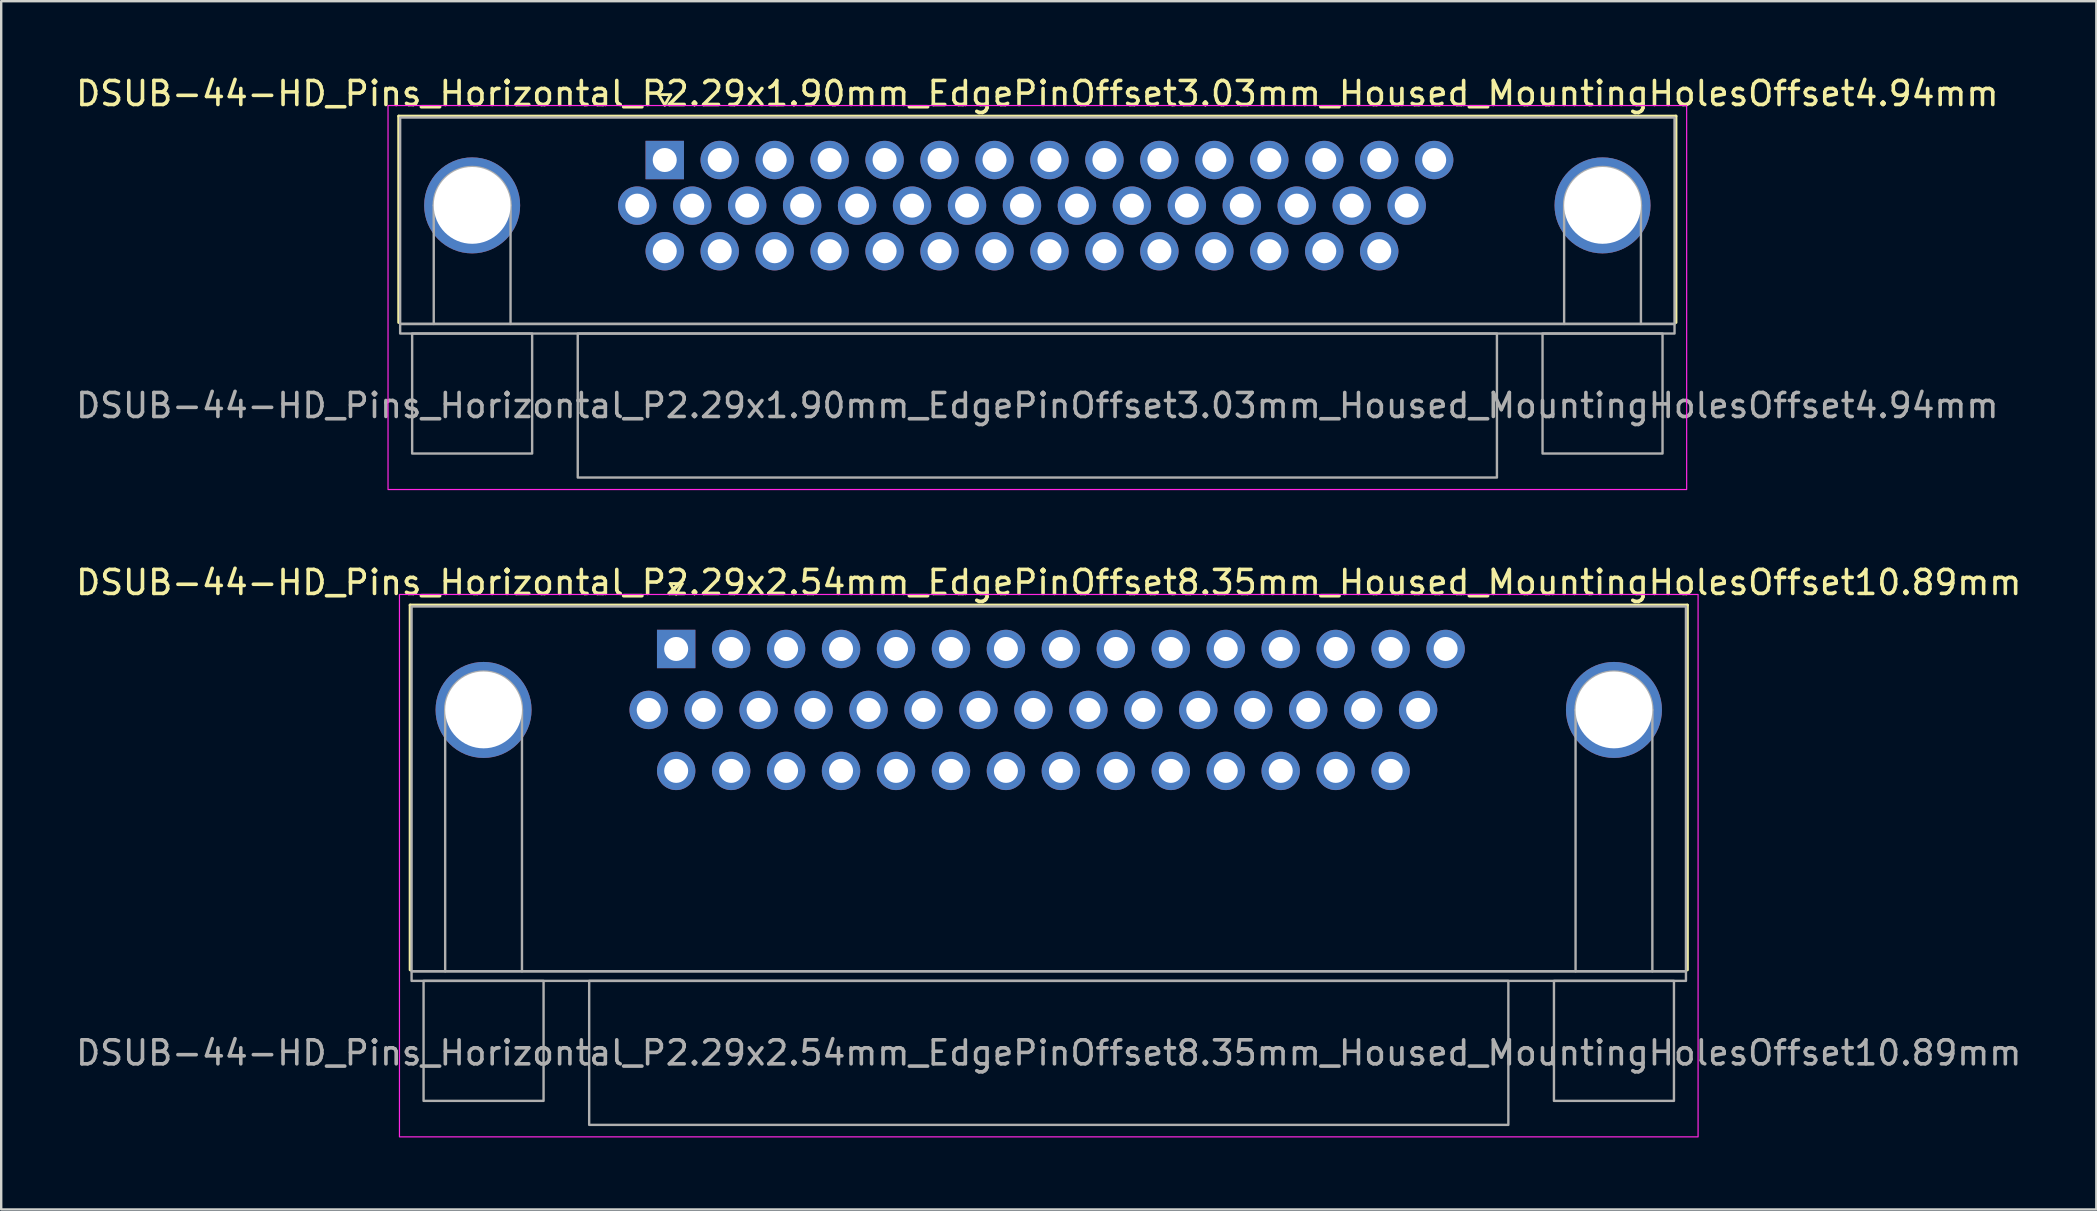
<source format=kicad_pcb>
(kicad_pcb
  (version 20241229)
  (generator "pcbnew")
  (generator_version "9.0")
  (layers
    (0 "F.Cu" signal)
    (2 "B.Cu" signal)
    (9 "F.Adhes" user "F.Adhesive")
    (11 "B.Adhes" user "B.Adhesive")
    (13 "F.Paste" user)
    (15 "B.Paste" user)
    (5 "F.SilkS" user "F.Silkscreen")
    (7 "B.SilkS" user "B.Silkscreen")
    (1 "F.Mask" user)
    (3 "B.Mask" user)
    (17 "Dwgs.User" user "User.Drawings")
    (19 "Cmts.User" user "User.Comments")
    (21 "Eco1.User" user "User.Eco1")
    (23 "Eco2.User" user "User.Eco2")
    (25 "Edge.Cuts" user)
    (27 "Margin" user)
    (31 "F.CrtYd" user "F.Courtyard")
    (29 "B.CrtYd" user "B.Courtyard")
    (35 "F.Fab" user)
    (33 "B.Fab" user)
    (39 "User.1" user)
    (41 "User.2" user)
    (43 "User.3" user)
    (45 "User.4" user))
  (footprint "DSUB-44-HD_Pins_Horizontal_P2.29x1.90mm_EdgePinOffset3.03mm_Housed_MountingHolesOffset4.94mm"
    (layer "F.Cu")
    (at 24.648 3.618)
    (property "Reference" "DSUB-44-HD_Pins_Horizontal_P2.29x1.90mm_EdgePinOffset3.03mm_Housed_MountingHolesOffset4.94mm" (at 15.525 -2.77 0) (layer "F.SilkS") (effects (font (size 1 1) (thickness 0.15))))
    (attr through_hole)
    (fp_line (start -11.085 -1.83) (end 42.135 -1.83) (stroke (width 0.12) (type solid)) (layer "F.SilkS"))
    (fp_line (start -11.085 6.77) (end -11.085 -1.83) (stroke (width 0.12) (type solid)) (layer "F.SilkS"))
    (fp_line (start -0.25 -2.724) (end 0.25 -2.724) (stroke (width 0.12) (type solid)) (layer "F.SilkS"))
    (fp_line (start 0 -2.291) (end -0.25 -2.724) (stroke (width 0.12) (type solid)) (layer "F.SilkS"))
    (fp_line (start 0.25 -2.724) (end 0 -2.291) (stroke (width 0.12) (type solid)) (layer "F.SilkS"))
    (fp_line (start 42.135 -1.83) (end 42.135 6.77) (stroke (width 0.12) (type solid)) (layer "F.SilkS"))
    (fp_rect (start -11.53 -2.27) (end 42.58 13.73) (stroke (width 0.05) (type solid)) (fill no) (layer "F.CrtYd"))
    (fp_line (start -9.625 6.83) (end -9.625 1.89) (stroke (width 0.1) (type solid)) (layer "F.Fab"))
    (fp_line (start -6.425 6.83) (end -6.425 1.89) (stroke (width 0.1) (type solid)) (layer "F.Fab"))
    (fp_line (start 37.475 6.83) (end 37.475 1.89) (stroke (width 0.1) (type solid)) (layer "F.Fab"))
    (fp_line (start 40.675 6.83) (end 40.675 1.89) (stroke (width 0.1) (type solid)) (layer "F.Fab"))
    (fp_rect (start -11.025 -1.77) (end 42.075 6.83) (stroke (width 0.1) (type solid)) (fill no) (layer "F.Fab"))
    (fp_rect (start -11.025 6.83) (end 42.075 7.23) (stroke (width 0.1) (type solid)) (fill no) (layer "F.Fab"))
    (fp_rect (start -10.525 7.23) (end -5.525 12.23) (stroke (width 0.1) (type solid)) (fill no) (layer "F.Fab"))
    (fp_rect (start -3.625 7.23) (end 34.675 13.23) (stroke (width 0.1) (type solid)) (fill no) (layer "F.Fab"))
    (fp_rect (start 36.575 7.23) (end 41.575 12.23) (stroke (width 0.1) (type solid)) (fill no) (layer "F.Fab"))
    (fp_arc (start -9.625 1.89) (mid -8.025 0.29) (end -6.425 1.89) (stroke (width 0.1) (type solid)) (layer "F.Fab"))
    (fp_arc (start 37.475 1.89) (mid 39.075 0.29) (end 40.675 1.89) (stroke (width 0.1) (type solid)) (layer "F.Fab"))
    (fp_text user "${REFERENCE}" (at 15.525 10.23 0) (layer "F.Fab") (effects (font (size 1 1) (thickness 0.15))))
    (pad "1" thru_hole rect (at 0 0) (size 1.6 1.6) (drill 1) (layers "*.Cu" "*.Mask"))
    (pad "2" thru_hole circle (at 2.29 0) (size 1.6 1.6) (drill 1) (layers "*.Cu" "*.Mask"))
    (pad "3" thru_hole circle (at 4.58 0) (size 1.6 1.6) (drill 1) (layers "*.Cu" "*.Mask"))
    (pad "4" thru_hole circle (at 6.87 0) (size 1.6 1.6) (drill 1) (layers "*.Cu" "*.Mask"))
    (pad "5" thru_hole circle (at 9.16 0) (size 1.6 1.6) (drill 1) (layers "*.Cu" "*.Mask"))
    (pad "6" thru_hole circle (at 11.45 0) (size 1.6 1.6) (drill 1) (layers "*.Cu" "*.Mask"))
    (pad "7" thru_hole circle (at 13.74 0) (size 1.6 1.6) (drill 1) (layers "*.Cu" "*.Mask"))
    (pad "8" thru_hole circle (at 16.03 0) (size 1.6 1.6) (drill 1) (layers "*.Cu" "*.Mask"))
    (pad "9" thru_hole circle (at 18.32 0) (size 1.6 1.6) (drill 1) (layers "*.Cu" "*.Mask"))
    (pad "10" thru_hole circle (at 20.61 0) (size 1.6 1.6) (drill 1) (layers "*.Cu" "*.Mask"))
    (pad "11" thru_hole circle (at 22.9 0) (size 1.6 1.6) (drill 1) (layers "*.Cu" "*.Mask"))
    (pad "12" thru_hole circle (at 25.19 0) (size 1.6 1.6) (drill 1) (layers "*.Cu" "*.Mask"))
    (pad "13" thru_hole circle (at 27.48 0) (size 1.6 1.6) (drill 1) (layers "*.Cu" "*.Mask"))
    (pad "14" thru_hole circle (at 29.77 0) (size 1.6 1.6) (drill 1) (layers "*.Cu" "*.Mask"))
    (pad "15" thru_hole circle (at 32.06 0) (size 1.6 1.6) (drill 1) (layers "*.Cu" "*.Mask"))
    (pad "16" thru_hole circle (at -1.145 1.9) (size 1.6 1.6) (drill 1) (layers "*.Cu" "*.Mask"))
    (pad "17" thru_hole circle (at 1.145 1.9) (size 1.6 1.6) (drill 1) (layers "*.Cu" "*.Mask"))
    (pad "18" thru_hole circle (at 3.435 1.9) (size 1.6 1.6) (drill 1) (layers "*.Cu" "*.Mask"))
    (pad "19" thru_hole circle (at 5.725 1.9) (size 1.6 1.6) (drill 1) (layers "*.Cu" "*.Mask"))
    (pad "20" thru_hole circle (at 8.015 1.9) (size 1.6 1.6) (drill 1) (layers "*.Cu" "*.Mask"))
    (pad "21" thru_hole circle (at 10.305 1.9) (size 1.6 1.6) (drill 1) (layers "*.Cu" "*.Mask"))
    (pad "22" thru_hole circle (at 12.595 1.9) (size 1.6 1.6) (drill 1) (layers "*.Cu" "*.Mask"))
    (pad "23" thru_hole circle (at 14.885 1.9) (size 1.6 1.6) (drill 1) (layers "*.Cu" "*.Mask"))
    (pad "24" thru_hole circle (at 17.175 1.9) (size 1.6 1.6) (drill 1) (layers "*.Cu" "*.Mask"))
    (pad "25" thru_hole circle (at 19.465 1.9) (size 1.6 1.6) (drill 1) (layers "*.Cu" "*.Mask"))
    (pad "26" thru_hole circle (at 21.755 1.9) (size 1.6 1.6) (drill 1) (layers "*.Cu" "*.Mask"))
    (pad "27" thru_hole circle (at 24.045 1.9) (size 1.6 1.6) (drill 1) (layers "*.Cu" "*.Mask"))
    (pad "28" thru_hole circle (at 26.335 1.9) (size 1.6 1.6) (drill 1) (layers "*.Cu" "*.Mask"))
    (pad "29" thru_hole circle (at 28.625 1.9) (size 1.6 1.6) (drill 1) (layers "*.Cu" "*.Mask"))
    (pad "30" thru_hole circle (at 30.915 1.9) (size 1.6 1.6) (drill 1) (layers "*.Cu" "*.Mask"))
    (pad "31" thru_hole circle (at 0 3.8) (size 1.6 1.6) (drill 1) (layers "*.Cu" "*.Mask"))
    (pad "32" thru_hole circle (at 2.29 3.8) (size 1.6 1.6) (drill 1) (layers "*.Cu" "*.Mask"))
    (pad "33" thru_hole circle (at 4.58 3.8) (size 1.6 1.6) (drill 1) (layers "*.Cu" "*.Mask"))
    (pad "34" thru_hole circle (at 6.87 3.8) (size 1.6 1.6) (drill 1) (layers "*.Cu" "*.Mask"))
    (pad "35" thru_hole circle (at 9.16 3.8) (size 1.6 1.6) (drill 1) (layers "*.Cu" "*.Mask"))
    (pad "36" thru_hole circle (at 11.45 3.8) (size 1.6 1.6) (drill 1) (layers "*.Cu" "*.Mask"))
    (pad "37" thru_hole circle (at 13.74 3.8) (size 1.6 1.6) (drill 1) (layers "*.Cu" "*.Mask"))
    (pad "38" thru_hole circle (at 16.03 3.8) (size 1.6 1.6) (drill 1) (layers "*.Cu" "*.Mask"))
    (pad "39" thru_hole circle (at 18.32 3.8) (size 1.6 1.6) (drill 1) (layers "*.Cu" "*.Mask"))
    (pad "40" thru_hole circle (at 20.61 3.8) (size 1.6 1.6) (drill 1) (layers "*.Cu" "*.Mask"))
    (pad "41" thru_hole circle (at 22.9 3.8) (size 1.6 1.6) (drill 1) (layers "*.Cu" "*.Mask"))
    (pad "42" thru_hole circle (at 25.19 3.8) (size 1.6 1.6) (drill 1) (layers "*.Cu" "*.Mask"))
    (pad "43" thru_hole circle (at 27.48 3.8) (size 1.6 1.6) (drill 1) (layers "*.Cu" "*.Mask"))
    (pad "44" thru_hole circle (at 29.77 3.8) (size 1.6 1.6) (drill 1) (layers "*.Cu" "*.Mask"))
    (pad "SH" thru_hole circle (at -8.025 1.89) (size 4 4) (drill 3.2) (layers "*.Cu" "*.Mask"))
    (pad "SH" thru_hole circle (at 39.075 1.89) (size 4 4) (drill 3.2) (layers "*.Cu" "*.Mask")))
  (footprint "DSUB-44-HD_Pins_Horizontal_P2.29x2.54mm_EdgePinOffset8.35mm_Housed_MountingHolesOffset10.89mm"
    (layer "F.Cu")
    (at 25.124 23.991)
    (property "Reference" "DSUB-44-HD_Pins_Horizontal_P2.29x2.54mm_EdgePinOffset8.35mm_Housed_MountingHolesOffset10.89mm" (at 15.525 -2.77 0) (layer "F.SilkS") (effects (font (size 1 1) (thickness 0.15))))
    (attr through_hole)
    (fp_line (start -11.085 -1.83) (end 42.135 -1.83) (stroke (width 0.12) (type solid)) (layer "F.SilkS"))
    (fp_line (start -11.085 13.37) (end -11.085 -1.83) (stroke (width 0.12) (type solid)) (layer "F.SilkS"))
    (fp_line (start -0.25 -2.724) (end 0.25 -2.724) (stroke (width 0.12) (type solid)) (layer "F.SilkS"))
    (fp_line (start 0 -2.291) (end -0.25 -2.724) (stroke (width 0.12) (type solid)) (layer "F.SilkS"))
    (fp_line (start 0.25 -2.724) (end 0 -2.291) (stroke (width 0.12) (type solid)) (layer "F.SilkS"))
    (fp_line (start 42.135 -1.83) (end 42.135 13.37) (stroke (width 0.12) (type solid)) (layer "F.SilkS"))
    (fp_rect (start -11.53 -2.27) (end 42.58 20.33) (stroke (width 0.05) (type solid)) (fill no) (layer "F.CrtYd"))
    (fp_line (start -9.625 13.43) (end -9.625 2.54) (stroke (width 0.1) (type solid)) (layer "F.Fab"))
    (fp_line (start -6.425 13.43) (end -6.425 2.54) (stroke (width 0.1) (type solid)) (layer "F.Fab"))
    (fp_line (start 37.475 13.43) (end 37.475 2.54) (stroke (width 0.1) (type solid)) (layer "F.Fab"))
    (fp_line (start 40.675 13.43) (end 40.675 2.54) (stroke (width 0.1) (type solid)) (layer "F.Fab"))
    (fp_rect (start -11.025 -1.77) (end 42.075 13.43) (stroke (width 0.1) (type solid)) (fill no) (layer "F.Fab"))
    (fp_rect (start -11.025 13.43) (end 42.075 13.83) (stroke (width 0.1) (type solid)) (fill no) (layer "F.Fab"))
    (fp_rect (start -10.525 13.83) (end -5.525 18.83) (stroke (width 0.1) (type solid)) (fill no) (layer "F.Fab"))
    (fp_rect (start -3.625 13.83) (end 34.675 19.83) (stroke (width 0.1) (type solid)) (fill no) (layer "F.Fab"))
    (fp_rect (start 36.575 13.83) (end 41.575 18.83) (stroke (width 0.1) (type solid)) (fill no) (layer "F.Fab"))
    (fp_arc (start -9.625 2.54) (mid -8.025 0.94) (end -6.425 2.54) (stroke (width 0.1) (type solid)) (layer "F.Fab"))
    (fp_arc (start 37.475 2.54) (mid 39.075 0.94) (end 40.675 2.54) (stroke (width 0.1) (type solid)) (layer "F.Fab"))
    (fp_text user "${REFERENCE}" (at 15.525 16.83 0) (layer "F.Fab") (effects (font (size 1 1) (thickness 0.15))))
    (pad "1" thru_hole rect (at 0 0) (size 1.6 1.6) (drill 1) (layers "*.Cu" "*.Mask"))
    (pad "2" thru_hole circle (at 2.29 0) (size 1.6 1.6) (drill 1) (layers "*.Cu" "*.Mask"))
    (pad "3" thru_hole circle (at 4.58 0) (size 1.6 1.6) (drill 1) (layers "*.Cu" "*.Mask"))
    (pad "4" thru_hole circle (at 6.87 0) (size 1.6 1.6) (drill 1) (layers "*.Cu" "*.Mask"))
    (pad "5" thru_hole circle (at 9.16 0) (size 1.6 1.6) (drill 1) (layers "*.Cu" "*.Mask"))
    (pad "6" thru_hole circle (at 11.45 0) (size 1.6 1.6) (drill 1) (layers "*.Cu" "*.Mask"))
    (pad "7" thru_hole circle (at 13.74 0) (size 1.6 1.6) (drill 1) (layers "*.Cu" "*.Mask"))
    (pad "8" thru_hole circle (at 16.03 0) (size 1.6 1.6) (drill 1) (layers "*.Cu" "*.Mask"))
    (pad "9" thru_hole circle (at 18.32 0) (size 1.6 1.6) (drill 1) (layers "*.Cu" "*.Mask"))
    (pad "10" thru_hole circle (at 20.61 0) (size 1.6 1.6) (drill 1) (layers "*.Cu" "*.Mask"))
    (pad "11" thru_hole circle (at 22.9 0) (size 1.6 1.6) (drill 1) (layers "*.Cu" "*.Mask"))
    (pad "12" thru_hole circle (at 25.19 0) (size 1.6 1.6) (drill 1) (layers "*.Cu" "*.Mask"))
    (pad "13" thru_hole circle (at 27.48 0) (size 1.6 1.6) (drill 1) (layers "*.Cu" "*.Mask"))
    (pad "14" thru_hole circle (at 29.77 0) (size 1.6 1.6) (drill 1) (layers "*.Cu" "*.Mask"))
    (pad "15" thru_hole circle (at 32.06 0) (size 1.6 1.6) (drill 1) (layers "*.Cu" "*.Mask"))
    (pad "16" thru_hole circle (at -1.145 2.54) (size 1.6 1.6) (drill 1) (layers "*.Cu" "*.Mask"))
    (pad "17" thru_hole circle (at 1.145 2.54) (size 1.6 1.6) (drill 1) (layers "*.Cu" "*.Mask"))
    (pad "18" thru_hole circle (at 3.435 2.54) (size 1.6 1.6) (drill 1) (layers "*.Cu" "*.Mask"))
    (pad "19" thru_hole circle (at 5.725 2.54) (size 1.6 1.6) (drill 1) (layers "*.Cu" "*.Mask"))
    (pad "20" thru_hole circle (at 8.015 2.54) (size 1.6 1.6) (drill 1) (layers "*.Cu" "*.Mask"))
    (pad "21" thru_hole circle (at 10.305 2.54) (size 1.6 1.6) (drill 1) (layers "*.Cu" "*.Mask"))
    (pad "22" thru_hole circle (at 12.595 2.54) (size 1.6 1.6) (drill 1) (layers "*.Cu" "*.Mask"))
    (pad "23" thru_hole circle (at 14.885 2.54) (size 1.6 1.6) (drill 1) (layers "*.Cu" "*.Mask"))
    (pad "24" thru_hole circle (at 17.175 2.54) (size 1.6 1.6) (drill 1) (layers "*.Cu" "*.Mask"))
    (pad "25" thru_hole circle (at 19.465 2.54) (size 1.6 1.6) (drill 1) (layers "*.Cu" "*.Mask"))
    (pad "26" thru_hole circle (at 21.755 2.54) (size 1.6 1.6) (drill 1) (layers "*.Cu" "*.Mask"))
    (pad "27" thru_hole circle (at 24.045 2.54) (size 1.6 1.6) (drill 1) (layers "*.Cu" "*.Mask"))
    (pad "28" thru_hole circle (at 26.335 2.54) (size 1.6 1.6) (drill 1) (layers "*.Cu" "*.Mask"))
    (pad "29" thru_hole circle (at 28.625 2.54) (size 1.6 1.6) (drill 1) (layers "*.Cu" "*.Mask"))
    (pad "30" thru_hole circle (at 30.915 2.54) (size 1.6 1.6) (drill 1) (layers "*.Cu" "*.Mask"))
    (pad "31" thru_hole circle (at 0 5.08) (size 1.6 1.6) (drill 1) (layers "*.Cu" "*.Mask"))
    (pad "32" thru_hole circle (at 2.29 5.08) (size 1.6 1.6) (drill 1) (layers "*.Cu" "*.Mask"))
    (pad "33" thru_hole circle (at 4.58 5.08) (size 1.6 1.6) (drill 1) (layers "*.Cu" "*.Mask"))
    (pad "34" thru_hole circle (at 6.87 5.08) (size 1.6 1.6) (drill 1) (layers "*.Cu" "*.Mask"))
    (pad "35" thru_hole circle (at 9.16 5.08) (size 1.6 1.6) (drill 1) (layers "*.Cu" "*.Mask"))
    (pad "36" thru_hole circle (at 11.45 5.08) (size 1.6 1.6) (drill 1) (layers "*.Cu" "*.Mask"))
    (pad "37" thru_hole circle (at 13.74 5.08) (size 1.6 1.6) (drill 1) (layers "*.Cu" "*.Mask"))
    (pad "38" thru_hole circle (at 16.03 5.08) (size 1.6 1.6) (drill 1) (layers "*.Cu" "*.Mask"))
    (pad "39" thru_hole circle (at 18.32 5.08) (size 1.6 1.6) (drill 1) (layers "*.Cu" "*.Mask"))
    (pad "40" thru_hole circle (at 20.61 5.08) (size 1.6 1.6) (drill 1) (layers "*.Cu" "*.Mask"))
    (pad "41" thru_hole circle (at 22.9 5.08) (size 1.6 1.6) (drill 1) (layers "*.Cu" "*.Mask"))
    (pad "42" thru_hole circle (at 25.19 5.08) (size 1.6 1.6) (drill 1) (layers "*.Cu" "*.Mask"))
    (pad "43" thru_hole circle (at 27.48 5.08) (size 1.6 1.6) (drill 1) (layers "*.Cu" "*.Mask"))
    (pad "44" thru_hole circle (at 29.77 5.08) (size 1.6 1.6) (drill 1) (layers "*.Cu" "*.Mask"))
    (pad "SH" thru_hole circle (at -8.025 2.54) (size 4 4) (drill 3.2) (layers "*.Cu" "*.Mask"))
    (pad "SH" thru_hole circle (at 39.075 2.54) (size 4 4) (drill 3.2) (layers "*.Cu" "*.Mask")))
  (gr_rect
    (start -3 -3)
    (end 84.298 47.346)
    (stroke (width 0.1) (type default))
    (fill no)
    (layer "Edge.Cuts")))
</source>
